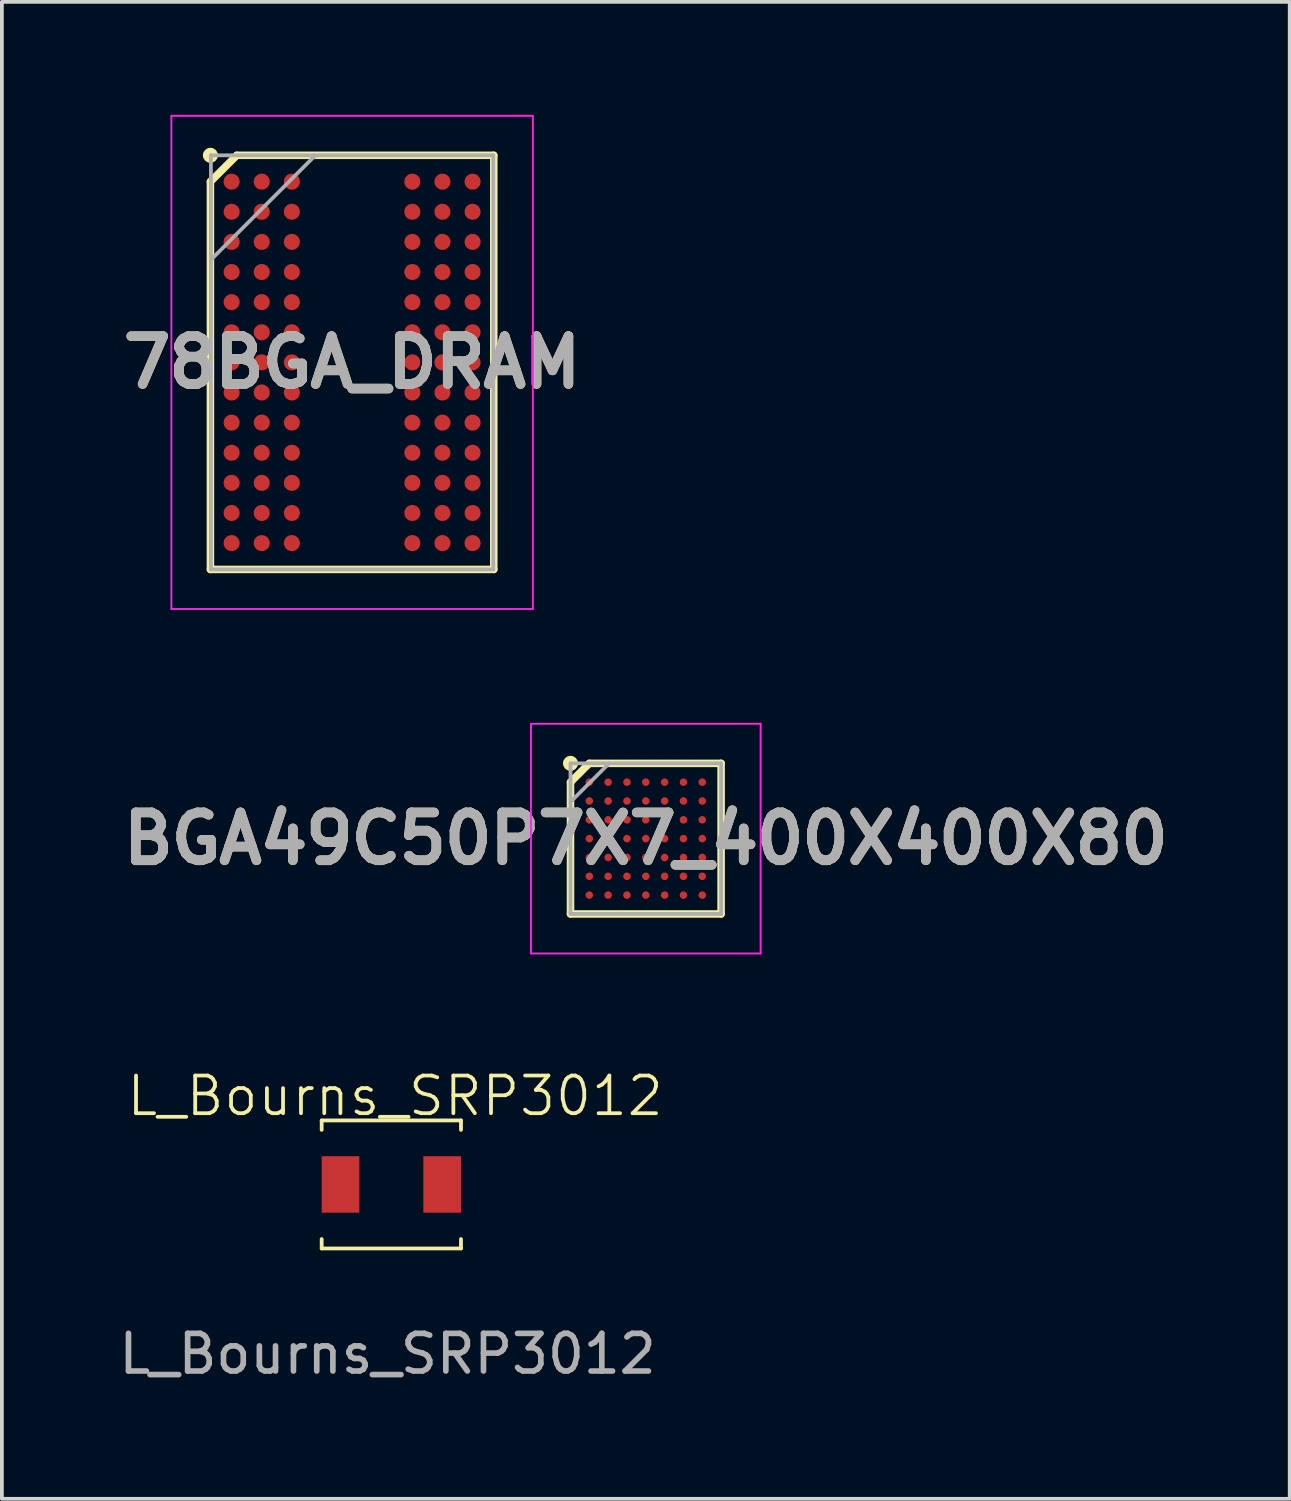
<source format=kicad_pcb>
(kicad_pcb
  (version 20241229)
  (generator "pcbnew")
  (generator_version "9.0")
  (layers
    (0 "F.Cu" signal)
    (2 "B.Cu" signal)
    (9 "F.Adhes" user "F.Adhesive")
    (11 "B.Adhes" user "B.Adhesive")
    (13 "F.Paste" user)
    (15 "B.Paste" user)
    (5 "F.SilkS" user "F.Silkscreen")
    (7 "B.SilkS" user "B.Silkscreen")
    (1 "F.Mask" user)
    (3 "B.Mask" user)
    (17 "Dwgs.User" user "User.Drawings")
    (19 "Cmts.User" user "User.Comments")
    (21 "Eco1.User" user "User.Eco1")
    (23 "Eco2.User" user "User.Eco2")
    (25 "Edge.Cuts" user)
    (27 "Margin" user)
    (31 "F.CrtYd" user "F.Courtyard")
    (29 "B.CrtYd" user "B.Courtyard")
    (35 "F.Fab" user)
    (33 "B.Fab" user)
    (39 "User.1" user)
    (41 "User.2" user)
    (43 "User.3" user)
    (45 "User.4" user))
  (footprint "78BGA_DRAM"
    (layer "F.Cu")
    (at 6.302 6.575)
    (property "Reference" "78BGA_DRAM" (at 0 0 0) (layer "F.SilkS") (effects (font (size 1.27 1.27) (thickness 0.254))))
    (attr smd)
    (fp_line (start -3.763 -4.8) (end -3.063 -5.5) (stroke (width 0.2) (type solid)) (layer "F.SilkS"))
    (fp_line (start -3.763 5.5) (end -3.763 -4.8) (stroke (width 0.2) (type solid)) (layer "F.SilkS"))
    (fp_line (start -3.063 -5.5) (end 3.763 -5.5) (stroke (width 0.2) (type solid)) (layer "F.SilkS"))
    (fp_line (start 3.763 -5.5) (end 3.763 5.5) (stroke (width 0.2) (type solid)) (layer "F.SilkS"))
    (fp_line (start 3.763 5.5) (end -3.763 5.5) (stroke (width 0.2) (type solid)) (layer "F.SilkS"))
    (fp_circle (center -3.763 -5.5) (end -3.763 -5.4) (stroke (width 0.2) (type solid)) (fill no) (layer "F.SilkS"))
    (fp_line (start -4.8 -6.55) (end 4.8 -6.55) (stroke (width 0.05) (type solid)) (layer "F.CrtYd"))
    (fp_line (start -4.8 6.55) (end -4.8 -6.55) (stroke (width 0.05) (type solid)) (layer "F.CrtYd"))
    (fp_line (start 4.8 -6.55) (end 4.8 6.55) (stroke (width 0.05) (type solid)) (layer "F.CrtYd"))
    (fp_line (start 4.8 6.55) (end -4.8 6.55) (stroke (width 0.05) (type solid)) (layer "F.CrtYd"))
    (fp_line (start -3.75 -5.5) (end 3.75 -5.5) (stroke (width 0.1) (type solid)) (layer "F.Fab"))
    (fp_line (start -3.75 -2.725) (end -0.975 -5.5) (stroke (width 0.1) (type solid)) (layer "F.Fab"))
    (fp_line (start -3.75 5.5) (end -3.75 -5.5) (stroke (width 0.1) (type solid)) (layer "F.Fab"))
    (fp_line (start 3.75 -5.5) (end 3.75 5.5) (stroke (width 0.1) (type solid)) (layer "F.Fab"))
    (fp_line (start 3.75 5.5) (end -3.75 5.5) (stroke (width 0.1) (type solid)) (layer "F.Fab"))
    (fp_text user "${REFERENCE}" (at 0 0 0) (layer "F.Fab") (effects (font (size 1.27 1.27) (thickness 0.254))))
    (pad "A1" smd circle (at -3.2 -4.8 90) (size 0.426 0.426) (layers "F.Cu" "F.Mask" "F.Paste"))
    (pad "A2" smd circle (at -2.4 -4.8 90) (size 0.426 0.426) (layers "F.Cu" "F.Mask" "F.Paste"))
    (pad "A3" smd circle (at -1.6 -4.8 90) (size 0.426 0.426) (layers "F.Cu" "F.Mask" "F.Paste"))
    (pad "A7" smd circle (at 1.6 -4.8 90) (size 0.426 0.426) (layers "F.Cu" "F.Mask" "F.Paste"))
    (pad "A8" smd circle (at 2.4 -4.8 90) (size 0.426 0.426) (layers "F.Cu" "F.Mask" "F.Paste"))
    (pad "A9" smd circle (at 3.2 -4.8 90) (size 0.426 0.426) (layers "F.Cu" "F.Mask" "F.Paste"))
    (pad "B1" smd circle (at -3.2 -4 90) (size 0.426 0.426) (layers "F.Cu" "F.Mask" "F.Paste"))
    (pad "B2" smd circle (at -2.4 -4 90) (size 0.426 0.426) (layers "F.Cu" "F.Mask" "F.Paste"))
    (pad "B3" smd circle (at -1.6 -4 90) (size 0.426 0.426) (layers "F.Cu" "F.Mask" "F.Paste"))
    (pad "B7" smd circle (at 1.6 -4 90) (size 0.426 0.426) (layers "F.Cu" "F.Mask" "F.Paste"))
    (pad "B8" smd circle (at 2.4 -4 90) (size 0.426 0.426) (layers "F.Cu" "F.Mask" "F.Paste"))
    (pad "B9" smd circle (at 3.2 -4 90) (size 0.426 0.426) (layers "F.Cu" "F.Mask" "F.Paste"))
    (pad "C1" smd circle (at -3.2 -3.2 90) (size 0.426 0.426) (layers "F.Cu" "F.Mask" "F.Paste"))
    (pad "C2" smd circle (at -2.4 -3.2 90) (size 0.426 0.426) (layers "F.Cu" "F.Mask" "F.Paste"))
    (pad "C3" smd circle (at -1.6 -3.2 90) (size 0.426 0.426) (layers "F.Cu" "F.Mask" "F.Paste"))
    (pad "C7" smd circle (at 1.6 -3.2 90) (size 0.426 0.426) (layers "F.Cu" "F.Mask" "F.Paste"))
    (pad "C8" smd circle (at 2.4 -3.2 90) (size 0.426 0.426) (layers "F.Cu" "F.Mask" "F.Paste"))
    (pad "C9" smd circle (at 3.2 -3.2 90) (size 0.426 0.426) (layers "F.Cu" "F.Mask" "F.Paste"))
    (pad "D1" smd circle (at -3.2 -2.4 90) (size 0.426 0.426) (layers "F.Cu" "F.Mask" "F.Paste"))
    (pad "D2" smd circle (at -2.4 -2.4 90) (size 0.426 0.426) (layers "F.Cu" "F.Mask" "F.Paste"))
    (pad "D3" smd circle (at -1.6 -2.4 90) (size 0.426 0.426) (layers "F.Cu" "F.Mask" "F.Paste"))
    (pad "D7" smd circle (at 1.6 -2.4 90) (size 0.426 0.426) (layers "F.Cu" "F.Mask" "F.Paste"))
    (pad "D8" smd circle (at 2.4 -2.4 90) (size 0.426 0.426) (layers "F.Cu" "F.Mask" "F.Paste"))
    (pad "D9" smd circle (at 3.2 -2.4 90) (size 0.426 0.426) (layers "F.Cu" "F.Mask" "F.Paste"))
    (pad "E1" smd circle (at -3.2 -1.6 90) (size 0.426 0.426) (layers "F.Cu" "F.Mask" "F.Paste"))
    (pad "E2" smd circle (at -2.4 -1.6 90) (size 0.426 0.426) (layers "F.Cu" "F.Mask" "F.Paste"))
    (pad "E3" smd circle (at -1.6 -1.6 90) (size 0.426 0.426) (layers "F.Cu" "F.Mask" "F.Paste"))
    (pad "E7" smd circle (at 1.6 -1.6 90) (size 0.426 0.426) (layers "F.Cu" "F.Mask" "F.Paste"))
    (pad "E8" smd circle (at 2.4 -1.6 90) (size 0.426 0.426) (layers "F.Cu" "F.Mask" "F.Paste"))
    (pad "E9" smd circle (at 3.2 -1.6 90) (size 0.426 0.426) (layers "F.Cu" "F.Mask" "F.Paste"))
    (pad "F1" smd circle (at -3.2 -0.8 90) (size 0.426 0.426) (layers "F.Cu" "F.Mask" "F.Paste"))
    (pad "F2" smd circle (at -2.4 -0.8 90) (size 0.426 0.426) (layers "F.Cu" "F.Mask" "F.Paste"))
    (pad "F3" smd circle (at -1.6 -0.8 90) (size 0.426 0.426) (layers "F.Cu" "F.Mask" "F.Paste"))
    (pad "F7" smd circle (at 1.6 -0.8 90) (size 0.426 0.426) (layers "F.Cu" "F.Mask" "F.Paste"))
    (pad "F8" smd circle (at 2.4 -0.8 90) (size 0.426 0.426) (layers "F.Cu" "F.Mask" "F.Paste"))
    (pad "F9" smd circle (at 3.2 -0.8 90) (size 0.426 0.426) (layers "F.Cu" "F.Mask" "F.Paste"))
    (pad "G1" smd circle (at -3.2 0 90) (size 0.426 0.426) (layers "F.Cu" "F.Mask" "F.Paste"))
    (pad "G2" smd circle (at -2.4 0 90) (size 0.426 0.426) (layers "F.Cu" "F.Mask" "F.Paste"))
    (pad "G3" smd circle (at -1.6 0 90) (size 0.426 0.426) (layers "F.Cu" "F.Mask" "F.Paste"))
    (pad "G7" smd circle (at 1.6 0 90) (size 0.426 0.426) (layers "F.Cu" "F.Mask" "F.Paste"))
    (pad "G8" smd circle (at 2.4 0 90) (size 0.426 0.426) (layers "F.Cu" "F.Mask" "F.Paste"))
    (pad "G9" smd circle (at 3.2 0 90) (size 0.426 0.426) (layers "F.Cu" "F.Mask" "F.Paste"))
    (pad "H1" smd circle (at -3.2 0.8 90) (size 0.426 0.426) (layers "F.Cu" "F.Mask" "F.Paste"))
    (pad "H2" smd circle (at -2.4 0.8 90) (size 0.426 0.426) (layers "F.Cu" "F.Mask" "F.Paste"))
    (pad "H3" smd circle (at -1.6 0.8 90) (size 0.426 0.426) (layers "F.Cu" "F.Mask" "F.Paste"))
    (pad "H7" smd circle (at 1.6 0.8 90) (size 0.426 0.426) (layers "F.Cu" "F.Mask" "F.Paste"))
    (pad "H8" smd circle (at 2.4 0.8 90) (size 0.426 0.426) (layers "F.Cu" "F.Mask" "F.Paste"))
    (pad "H9" smd circle (at 3.2 0.8 90) (size 0.426 0.426) (layers "F.Cu" "F.Mask" "F.Paste"))
    (pad "J1" smd circle (at -3.2 1.6 90) (size 0.426 0.426) (layers "F.Cu" "F.Mask" "F.Paste"))
    (pad "J2" smd circle (at -2.4 1.6 90) (size 0.426 0.426) (layers "F.Cu" "F.Mask" "F.Paste"))
    (pad "J3" smd circle (at -1.6 1.6 90) (size 0.426 0.426) (layers "F.Cu" "F.Mask" "F.Paste"))
    (pad "J7" smd circle (at 1.6 1.6 90) (size 0.426 0.426) (layers "F.Cu" "F.Mask" "F.Paste"))
    (pad "J8" smd circle (at 2.4 1.6 90) (size 0.426 0.426) (layers "F.Cu" "F.Mask" "F.Paste"))
    (pad "J9" smd circle (at 3.2 1.6 90) (size 0.426 0.426) (layers "F.Cu" "F.Mask" "F.Paste"))
    (pad "K1" smd circle (at -3.2 2.4 90) (size 0.426 0.426) (layers "F.Cu" "F.Mask" "F.Paste"))
    (pad "K2" smd circle (at -2.4 2.4 90) (size 0.426 0.426) (layers "F.Cu" "F.Mask" "F.Paste"))
    (pad "K3" smd circle (at -1.6 2.4 90) (size 0.426 0.426) (layers "F.Cu" "F.Mask" "F.Paste"))
    (pad "K7" smd circle (at 1.6 2.4 90) (size 0.426 0.426) (layers "F.Cu" "F.Mask" "F.Paste"))
    (pad "K8" smd circle (at 2.4 2.4 90) (size 0.426 0.426) (layers "F.Cu" "F.Mask" "F.Paste"))
    (pad "K9" smd circle (at 3.2 2.4 90) (size 0.426 0.426) (layers "F.Cu" "F.Mask" "F.Paste"))
    (pad "L1" smd circle (at -3.2 3.2 90) (size 0.426 0.426) (layers "F.Cu" "F.Mask" "F.Paste"))
    (pad "L2" smd circle (at -2.4 3.2 90) (size 0.426 0.426) (layers "F.Cu" "F.Mask" "F.Paste"))
    (pad "L3" smd circle (at -1.6 3.2 90) (size 0.426 0.426) (layers "F.Cu" "F.Mask" "F.Paste"))
    (pad "L7" smd circle (at 1.6 3.2 90) (size 0.426 0.426) (layers "F.Cu" "F.Mask" "F.Paste"))
    (pad "L8" smd circle (at 2.4 3.2 90) (size 0.426 0.426) (layers "F.Cu" "F.Mask" "F.Paste"))
    (pad "L9" smd circle (at 3.2 3.2 90) (size 0.426 0.426) (layers "F.Cu" "F.Mask" "F.Paste"))
    (pad "M1" smd circle (at -3.2 4 90) (size 0.426 0.426) (layers "F.Cu" "F.Mask" "F.Paste"))
    (pad "M2" smd circle (at -2.4 4 90) (size 0.426 0.426) (layers "F.Cu" "F.Mask" "F.Paste"))
    (pad "M3" smd circle (at -1.6 4 90) (size 0.426 0.426) (layers "F.Cu" "F.Mask" "F.Paste"))
    (pad "M7" smd circle (at 1.6 4 90) (size 0.426 0.426) (layers "F.Cu" "F.Mask" "F.Paste"))
    (pad "M8" smd circle (at 2.4 4 90) (size 0.426 0.426) (layers "F.Cu" "F.Mask" "F.Paste"))
    (pad "M9" smd circle (at 3.2 4 90) (size 0.426 0.426) (layers "F.Cu" "F.Mask" "F.Paste"))
    (pad "N1" smd circle (at -3.2 4.8 90) (size 0.426 0.426) (layers "F.Cu" "F.Mask" "F.Paste"))
    (pad "N2" smd circle (at -2.4 4.8 90) (size 0.426 0.426) (layers "F.Cu" "F.Mask" "F.Paste"))
    (pad "N3" smd circle (at -1.6 4.8 90) (size 0.426 0.426) (layers "F.Cu" "F.Mask" "F.Paste"))
    (pad "N7" smd circle (at 1.6 4.8 90) (size 0.426 0.426) (layers "F.Cu" "F.Mask" "F.Paste"))
    (pad "N8" smd circle (at 2.4 4.8 90) (size 0.426 0.426) (layers "F.Cu" "F.Mask" "F.Paste"))
    (pad "N9" smd circle (at 3.2 4.8 90) (size 0.426 0.426) (layers "F.Cu" "F.Mask" "F.Paste")))
  (footprint "BGA49C50P7X7_400X400X80"
    (layer "F.Cu")
    (at 14.103 19.225)
    (property "Reference" "BGA49C50P7X7_400X400X80" (at 0 0 0) (layer "F.SilkS") (effects (font (size 1.27 1.27) (thickness 0.254))))
    (attr smd)
    (fp_line (start -2 -1.5) (end -1.5 -2) (stroke (width 0.2) (type solid)) (layer "F.SilkS"))
    (fp_line (start -2 2) (end -2 -1.5) (stroke (width 0.2) (type solid)) (layer "F.SilkS"))
    (fp_line (start -1.5 -2) (end 2 -2) (stroke (width 0.2) (type solid)) (layer "F.SilkS"))
    (fp_line (start 2 -2) (end 2 2) (stroke (width 0.2) (type solid)) (layer "F.SilkS"))
    (fp_line (start 2 2) (end -2 2) (stroke (width 0.2) (type solid)) (layer "F.SilkS"))
    (fp_circle (center -2 -2) (end -2 -1.9) (stroke (width 0.2) (type solid)) (fill no) (layer "F.SilkS"))
    (fp_line (start -3.05 -3.05) (end 3.05 -3.05) (stroke (width 0.05) (type solid)) (layer "F.CrtYd"))
    (fp_line (start -3.05 3.05) (end -3.05 -3.05) (stroke (width 0.05) (type solid)) (layer "F.CrtYd"))
    (fp_line (start 3.05 -3.05) (end 3.05 3.05) (stroke (width 0.05) (type solid)) (layer "F.CrtYd"))
    (fp_line (start 3.05 3.05) (end -3.05 3.05) (stroke (width 0.05) (type solid)) (layer "F.CrtYd"))
    (fp_line (start -2 -2) (end 2 -2) (stroke (width 0.1) (type solid)) (layer "F.Fab"))
    (fp_line (start -2 -0.975) (end -0.975 -2) (stroke (width 0.1) (type solid)) (layer "F.Fab"))
    (fp_line (start -2 2) (end -2 -2) (stroke (width 0.1) (type solid)) (layer "F.Fab"))
    (fp_line (start 2 -2) (end 2 2) (stroke (width 0.1) (type solid)) (layer "F.Fab"))
    (fp_line (start 2 2) (end -2 2) (stroke (width 0.1) (type solid)) (layer "F.Fab"))
    (fp_text user "${REFERENCE}" (at 0 0 0) (layer "F.Fab") (effects (font (size 1.27 1.27) (thickness 0.254))))
    (pad "A1" smd circle (at -1.5 -1.5 90) (size 0.2 0.2) (layers "F.Cu" "F.Mask" "F.Paste"))
    (pad "A2" smd circle (at -1 -1.5 90) (size 0.2 0.2) (layers "F.Cu" "F.Mask" "F.Paste"))
    (pad "A3" smd circle (at -0.5 -1.5 90) (size 0.2 0.2) (layers "F.Cu" "F.Mask" "F.Paste"))
    (pad "A4" smd circle (at 0 -1.5 90) (size 0.2 0.2) (layers "F.Cu" "F.Mask" "F.Paste"))
    (pad "A5" smd circle (at 0.5 -1.5 90) (size 0.2 0.2) (layers "F.Cu" "F.Mask" "F.Paste"))
    (pad "A6" smd circle (at 1 -1.5 90) (size 0.2 0.2) (layers "F.Cu" "F.Mask" "F.Paste"))
    (pad "A7" smd circle (at 1.5 -1.5 90) (size 0.2 0.2) (layers "F.Cu" "F.Mask" "F.Paste"))
    (pad "B1" smd circle (at -1.5 -1 90) (size 0.2 0.2) (layers "F.Cu" "F.Mask" "F.Paste"))
    (pad "B2" smd circle (at -1 -1 90) (size 0.2 0.2) (layers "F.Cu" "F.Mask" "F.Paste"))
    (pad "B3" smd circle (at -0.5 -1 90) (size 0.2 0.2) (layers "F.Cu" "F.Mask" "F.Paste"))
    (pad "B4" smd circle (at 0 -1 90) (size 0.2 0.2) (layers "F.Cu" "F.Mask" "F.Paste"))
    (pad "B5" smd circle (at 0.5 -1 90) (size 0.2 0.2) (layers "F.Cu" "F.Mask" "F.Paste"))
    (pad "B6" smd circle (at 1 -1 90) (size 0.2 0.2) (layers "F.Cu" "F.Mask" "F.Paste"))
    (pad "B7" smd circle (at 1.5 -1 90) (size 0.2 0.2) (layers "F.Cu" "F.Mask" "F.Paste"))
    (pad "C1" smd circle (at -1.5 -0.5 90) (size 0.2 0.2) (layers "F.Cu" "F.Mask" "F.Paste"))
    (pad "C2" smd circle (at -1 -0.5 90) (size 0.2 0.2) (layers "F.Cu" "F.Mask" "F.Paste"))
    (pad "C3" smd circle (at -0.5 -0.5 90) (size 0.2 0.2) (layers "F.Cu" "F.Mask" "F.Paste"))
    (pad "C4" smd circle (at 0 -0.5 90) (size 0.2 0.2) (layers "F.Cu" "F.Mask" "F.Paste"))
    (pad "C5" smd circle (at 0.5 -0.5 90) (size 0.2 0.2) (layers "F.Cu" "F.Mask" "F.Paste"))
    (pad "C6" smd circle (at 1 -0.5 90) (size 0.2 0.2) (layers "F.Cu" "F.Mask" "F.Paste"))
    (pad "C7" smd circle (at 1.5 -0.5 90) (size 0.2 0.2) (layers "F.Cu" "F.Mask" "F.Paste"))
    (pad "D1" smd circle (at -1.5 0 90) (size 0.2 0.2) (layers "F.Cu" "F.Mask" "F.Paste"))
    (pad "D2" smd circle (at -1 0 90) (size 0.2 0.2) (layers "F.Cu" "F.Mask" "F.Paste"))
    (pad "D3" smd circle (at -0.5 0 90) (size 0.2 0.2) (layers "F.Cu" "F.Mask" "F.Paste"))
    (pad "D4" smd circle (at 0 0 90) (size 0.2 0.2) (layers "F.Cu" "F.Mask" "F.Paste"))
    (pad "D5" smd circle (at 0.5 0 90) (size 0.2 0.2) (layers "F.Cu" "F.Mask" "F.Paste"))
    (pad "D6" smd circle (at 1 0 90) (size 0.2 0.2) (layers "F.Cu" "F.Mask" "F.Paste"))
    (pad "D7" smd circle (at 1.5 0 90) (size 0.2 0.2) (layers "F.Cu" "F.Mask" "F.Paste"))
    (pad "E1" smd circle (at -1.5 0.5 90) (size 0.2 0.2) (layers "F.Cu" "F.Mask" "F.Paste"))
    (pad "E2" smd circle (at -1 0.5 90) (size 0.2 0.2) (layers "F.Cu" "F.Mask" "F.Paste"))
    (pad "E3" smd circle (at -0.5 0.5 90) (size 0.2 0.2) (layers "F.Cu" "F.Mask" "F.Paste"))
    (pad "E4" smd circle (at 0 0.5 90) (size 0.2 0.2) (layers "F.Cu" "F.Mask" "F.Paste"))
    (pad "E5" smd circle (at 0.5 0.5 90) (size 0.2 0.2) (layers "F.Cu" "F.Mask" "F.Paste"))
    (pad "E6" smd circle (at 1 0.5 90) (size 0.2 0.2) (layers "F.Cu" "F.Mask" "F.Paste"))
    (pad "E7" smd circle (at 1.5 0.5 90) (size 0.2 0.2) (layers "F.Cu" "F.Mask" "F.Paste"))
    (pad "F1" smd circle (at -1.5 1 90) (size 0.2 0.2) (layers "F.Cu" "F.Mask" "F.Paste"))
    (pad "F2" smd circle (at -1 1 90) (size 0.2 0.2) (layers "F.Cu" "F.Mask" "F.Paste"))
    (pad "F3" smd circle (at -0.5 1 90) (size 0.2 0.2) (layers "F.Cu" "F.Mask" "F.Paste"))
    (pad "F4" smd circle (at 0 1 90) (size 0.2 0.2) (layers "F.Cu" "F.Mask" "F.Paste"))
    (pad "F5" smd circle (at 0.5 1 90) (size 0.2 0.2) (layers "F.Cu" "F.Mask" "F.Paste"))
    (pad "F6" smd circle (at 1 1 90) (size 0.2 0.2) (layers "F.Cu" "F.Mask" "F.Paste"))
    (pad "F7" smd circle (at 1.5 1 90) (size 0.2 0.2) (layers "F.Cu" "F.Mask" "F.Paste"))
    (pad "G1" smd circle (at -1.5 1.5 90) (size 0.2 0.2) (layers "F.Cu" "F.Mask" "F.Paste"))
    (pad "G2" smd circle (at -1 1.5 90) (size 0.2 0.2) (layers "F.Cu" "F.Mask" "F.Paste"))
    (pad "G3" smd circle (at -0.5 1.5 90) (size 0.2 0.2) (layers "F.Cu" "F.Mask" "F.Paste"))
    (pad "G4" smd circle (at 0 1.5 90) (size 0.2 0.2) (layers "F.Cu" "F.Mask" "F.Paste"))
    (pad "G5" smd circle (at 0.5 1.5 90) (size 0.2 0.2) (layers "F.Cu" "F.Mask" "F.Paste"))
    (pad "G6" smd circle (at 1 1.5 90) (size 0.2 0.2) (layers "F.Cu" "F.Mask" "F.Paste"))
    (pad "G7" smd circle (at 1.5 1.5 90) (size 0.2 0.2) (layers "F.Cu" "F.Mask" "F.Paste")))
  (footprint "L_Bourns_SRP3012"
    (layer "F.Cu")
    (at 7.344 28.41)
    (property "Reference" "L_Bourns_SRP3012" (at 0.1 -2.35 0) (unlocked yes) (layer "F.SilkS") (effects (font (size 1 1) (thickness 0.1))))
    (attr smd)
    (fp_line (start -1.85 -1.7) (end -1.85 -1.45) (stroke (width 0.1) (type default)) (layer "F.SilkS"))
    (fp_line (start -1.85 -1.7) (end 1.85 -1.7) (stroke (width 0.1) (type default)) (layer "F.SilkS"))
    (fp_line (start -1.85 1.7) (end -1.85 1.45) (stroke (width 0.1) (type default)) (layer "F.SilkS"))
    (fp_line (start 1.85 -1.7) (end 1.85 -1.45) (stroke (width 0.1) (type default)) (layer "F.SilkS"))
    (fp_line (start 1.85 1.7) (end -1.85 1.7) (stroke (width 0.1) (type default)) (layer "F.SilkS"))
    (fp_line (start 1.85 1.7) (end 1.85 1.45) (stroke (width 0.1) (type default)) (layer "F.SilkS"))
    (fp_text user "${REFERENCE}" (at -0.1 4.5 0) (unlocked yes) (layer "F.Fab") (effects (font (size 1 1) (thickness 0.15))))
    (pad "1" smd rect (at -1.35 0) (size 1 1.5) (layers "F.Cu" "F.Mask" "F.Paste"))
    (pad "2" smd rect (at 1.35 0) (size 1 1.5) (layers "F.Cu" "F.Mask" "F.Paste")))
  (gr_rect
    (start -3 -3)
    (end 31.206 36.759)
    (stroke (width 0.1) (type default))
    (fill no)
    (layer "Edge.Cuts")))
</source>
